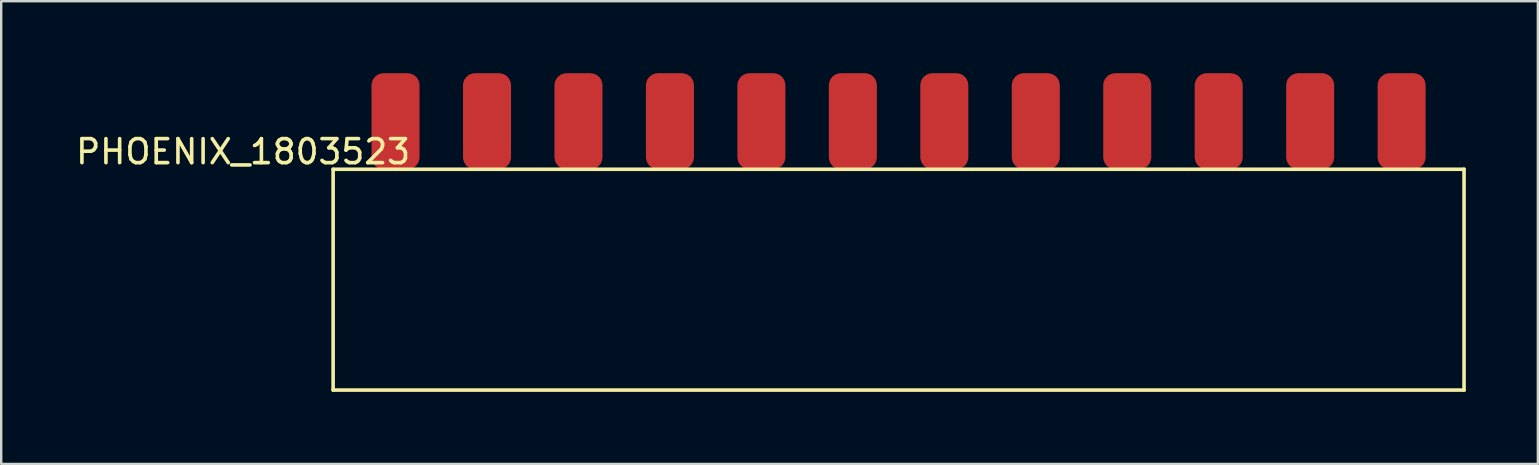
<source format=kicad_pcb>
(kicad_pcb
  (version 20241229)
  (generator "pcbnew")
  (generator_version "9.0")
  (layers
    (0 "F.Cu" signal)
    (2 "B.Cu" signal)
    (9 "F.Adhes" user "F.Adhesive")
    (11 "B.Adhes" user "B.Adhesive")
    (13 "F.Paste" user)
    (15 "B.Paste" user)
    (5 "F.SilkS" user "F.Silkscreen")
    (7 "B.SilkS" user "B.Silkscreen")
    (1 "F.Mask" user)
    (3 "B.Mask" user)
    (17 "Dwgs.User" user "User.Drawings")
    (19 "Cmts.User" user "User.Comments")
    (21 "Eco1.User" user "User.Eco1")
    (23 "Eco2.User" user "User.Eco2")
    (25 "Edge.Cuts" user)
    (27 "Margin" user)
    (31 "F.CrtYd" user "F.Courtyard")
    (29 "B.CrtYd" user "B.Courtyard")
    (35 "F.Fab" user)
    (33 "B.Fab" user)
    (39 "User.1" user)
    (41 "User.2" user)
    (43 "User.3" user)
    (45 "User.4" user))
  (footprint "PHOENIX_1803523"
    (layer "F.Cu")
    (at 13.427 2)
    (property "Reference" "PHOENIX_1803523" (at -6.35 1.27 0) (layer "F.SilkS") (effects (font (size 1 1) (thickness 0.15))))
    (attr through_hole)
    (fp_line (start -2.6 2) (end -2.6 11.2) (stroke (width 0.15) (type solid)) (layer "F.SilkS"))
    (fp_line (start -2.6 11.2) (end 44.51 11.2) (stroke (width 0.15) (type solid)) (layer "F.SilkS"))
    (fp_line (start 44.51 2) (end -2.6 2) (stroke (width 0.15) (type solid)) (layer "F.SilkS"))
    (fp_line (start 44.51 2) (end 44.51 11.2) (stroke (width 0.15) (type solid)) (layer "F.SilkS"))
    (pad "1" smd roundrect (at 0 0) (size 2 4) (layers "F.Cu" "F.Mask" "F.Paste") (roundrect_rratio 0.25))
    (pad "2" smd roundrect (at 3.81 0) (size 2 4) (layers "F.Cu" "F.Mask" "F.Paste") (roundrect_rratio 0.25))
    (pad "3" smd roundrect (at 7.62 0) (size 2 4) (layers "F.Cu" "F.Mask" "F.Paste") (roundrect_rratio 0.25))
    (pad "4" smd roundrect (at 11.43 0) (size 2 4) (layers "F.Cu" "F.Mask" "F.Paste") (roundrect_rratio 0.25))
    (pad "5" smd roundrect (at 15.24 0) (size 2 4) (layers "F.Cu" "F.Mask" "F.Paste") (roundrect_rratio 0.25))
    (pad "6" smd roundrect (at 19.05 0) (size 2 4) (layers "F.Cu" "F.Mask" "F.Paste") (roundrect_rratio 0.25))
    (pad "7" smd roundrect (at 22.86 0) (size 2 4) (layers "F.Cu" "F.Mask" "F.Paste") (roundrect_rratio 0.25))
    (pad "8" smd roundrect (at 26.67 0) (size 2 4) (layers "F.Cu" "F.Mask" "F.Paste") (roundrect_rratio 0.25))
    (pad "9" smd roundrect (at 30.48 0) (size 2 4) (layers "F.Cu" "F.Mask" "F.Paste") (roundrect_rratio 0.25))
    (pad "10" smd roundrect (at 34.29 0) (size 2 4) (layers "F.Cu" "F.Mask" "F.Paste") (roundrect_rratio 0.25))
    (pad "11" smd roundrect (at 38.1 0) (size 2 4) (layers "F.Cu" "F.Mask" "F.Paste") (roundrect_rratio 0.25))
    (pad "12" smd roundrect (at 41.91 0) (size 2 4) (layers "F.Cu" "F.Mask" "F.Paste") (roundrect_rratio 0.25)))
  (gr_rect
    (start -3 -3)
    (end 61.012 16.275)
    (stroke (width 0.1) (type default))
    (fill no)
    (layer "Edge.Cuts")))
</source>
